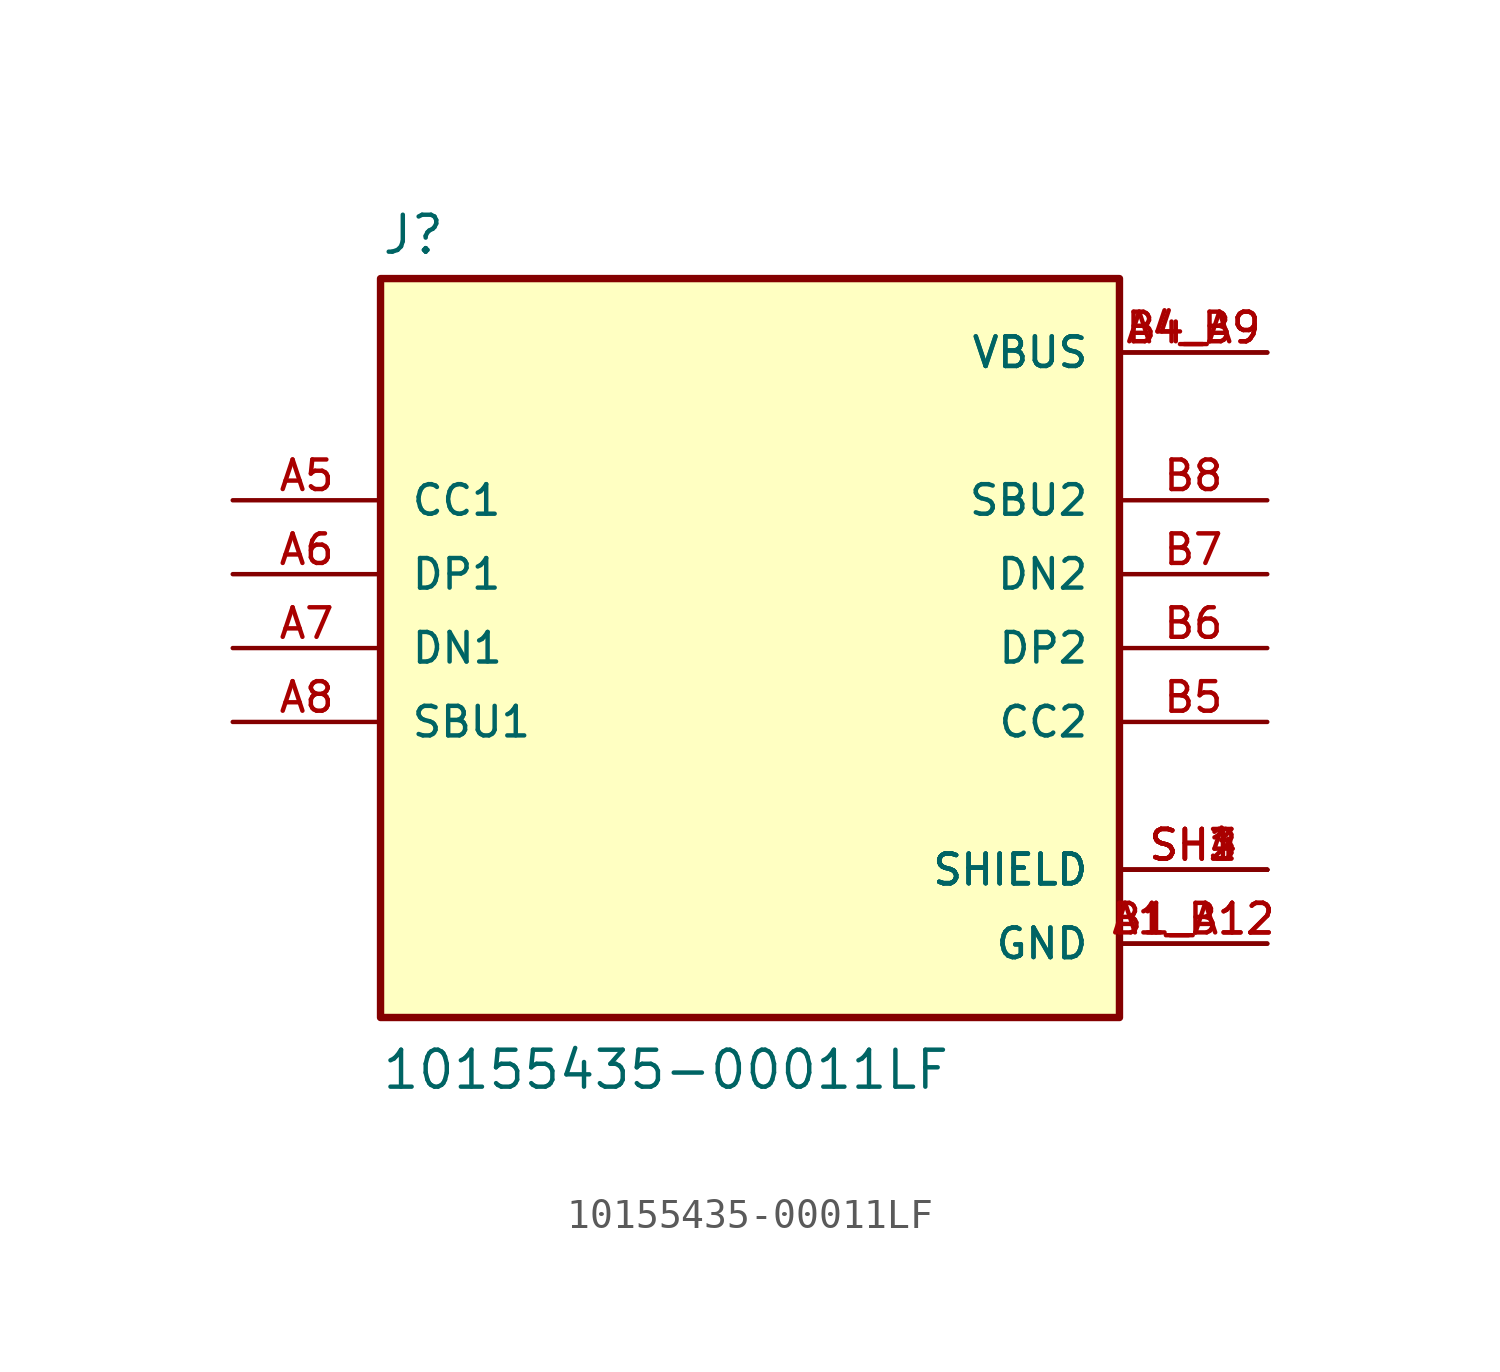
<source format=kicad_sym>
(kicad_symbol_lib
  (version 20211014)
  (generator kicad_symbol_editor)
  (symbol "10155435-00011LF"
    (pin_names
      (offset 1.016))
    (property "Reference" "J"
      (at -12.7 13.462 0)
      (effects (font (size 1.27 1.27)) (justify bottom left)))
    (property "Value" "10155435-00011LF"
      (at -12.7 -15.24 0)
      (effects (font (size 1.27 1.27)) (justify bottom left)))
    (symbol "10155435-00011LF_0_0"
      (rectangle (start -12.7 -12.7) (end 12.7 12.7) (stroke (width 0.254)) (fill (type background)))
      (pin bidirectional line (at -17.78 2.54 0) (length 5.08) (name "DP1" (effects (font (size 1.016 1.016)))) (number "A6" (effects (font (size 1.016 1.016)))))
      (pin bidirectional line (at -17.78 5.08 0) (length 5.08) (name "CC1" (effects (font (size 1.016 1.016)))) (number "A5" (effects (font (size 1.016 1.016)))))
      (pin bidirectional line (at -17.78 -2.54 0) (length 5.08) (name "SBU1" (effects (font (size 1.016 1.016)))) (number "A8" (effects (font (size 1.016 1.016)))))
      (pin bidirectional line (at -17.78 0.0 0) (length 5.08) (name "DN1" (effects (font (size 1.016 1.016)))) (number "A7" (effects (font (size 1.016 1.016)))))
      (pin passive line (at 17.78 -7.62 180.0) (length 5.08) (name "SHIELD" (effects (font (size 1.016 1.016)))) (number "SH1" (effects (font (size 1.016 1.016)))))
      (pin passive line (at 17.78 -7.62 180.0) (length 5.08) (name "SHIELD" (effects (font (size 1.016 1.016)))) (number "SH2" (effects (font (size 1.016 1.016)))))
      (pin passive line (at 17.78 -7.62 180.0) (length 5.08) (name "SHIELD" (effects (font (size 1.016 1.016)))) (number "SH3" (effects (font (size 1.016 1.016)))))
      (pin passive line (at 17.78 -7.62 180.0) (length 5.08) (name "SHIELD" (effects (font (size 1.016 1.016)))) (number "SH4" (effects (font (size 1.016 1.016)))))
      (pin power_in line (at 17.78 -10.16 180.0) (length 5.08) (name "GND" (effects (font (size 1.016 1.016)))) (number "A1_B12" (effects (font (size 1.016 1.016)))))
      (pin power_in line (at 17.78 -10.16 180.0) (length 5.08) (name "GND" (effects (font (size 1.016 1.016)))) (number "B1_A12" (effects (font (size 1.016 1.016)))))
      (pin power_in line (at 17.78 10.16 180.0) (length 5.08) (name "VBUS" (effects (font (size 1.016 1.016)))) (number "A4_B9" (effects (font (size 1.016 1.016)))))
      (pin power_in line (at 17.78 10.16 180.0) (length 5.08) (name "VBUS" (effects (font (size 1.016 1.016)))) (number "B4_A9" (effects (font (size 1.016 1.016)))))
      (pin bidirectional line (at 17.78 0.0 180.0) (length 5.08) (name "DP2" (effects (font (size 1.016 1.016)))) (number "B6" (effects (font (size 1.016 1.016)))))
      (pin bidirectional line (at 17.78 -2.54 180.0) (length 5.08) (name "CC2" (effects (font (size 1.016 1.016)))) (number "B5" (effects (font (size 1.016 1.016)))))
      (pin bidirectional line (at 17.78 5.08 180.0) (length 5.08) (name "SBU2" (effects (font (size 1.016 1.016)))) (number "B8" (effects (font (size 1.016 1.016)))))
      (pin bidirectional line (at 17.78 2.54 180.0) (length 5.08) (name "DN2" (effects (font (size 1.016 1.016)))) (number "B7" (effects (font (size 1.016 1.016))))))))
</source>
